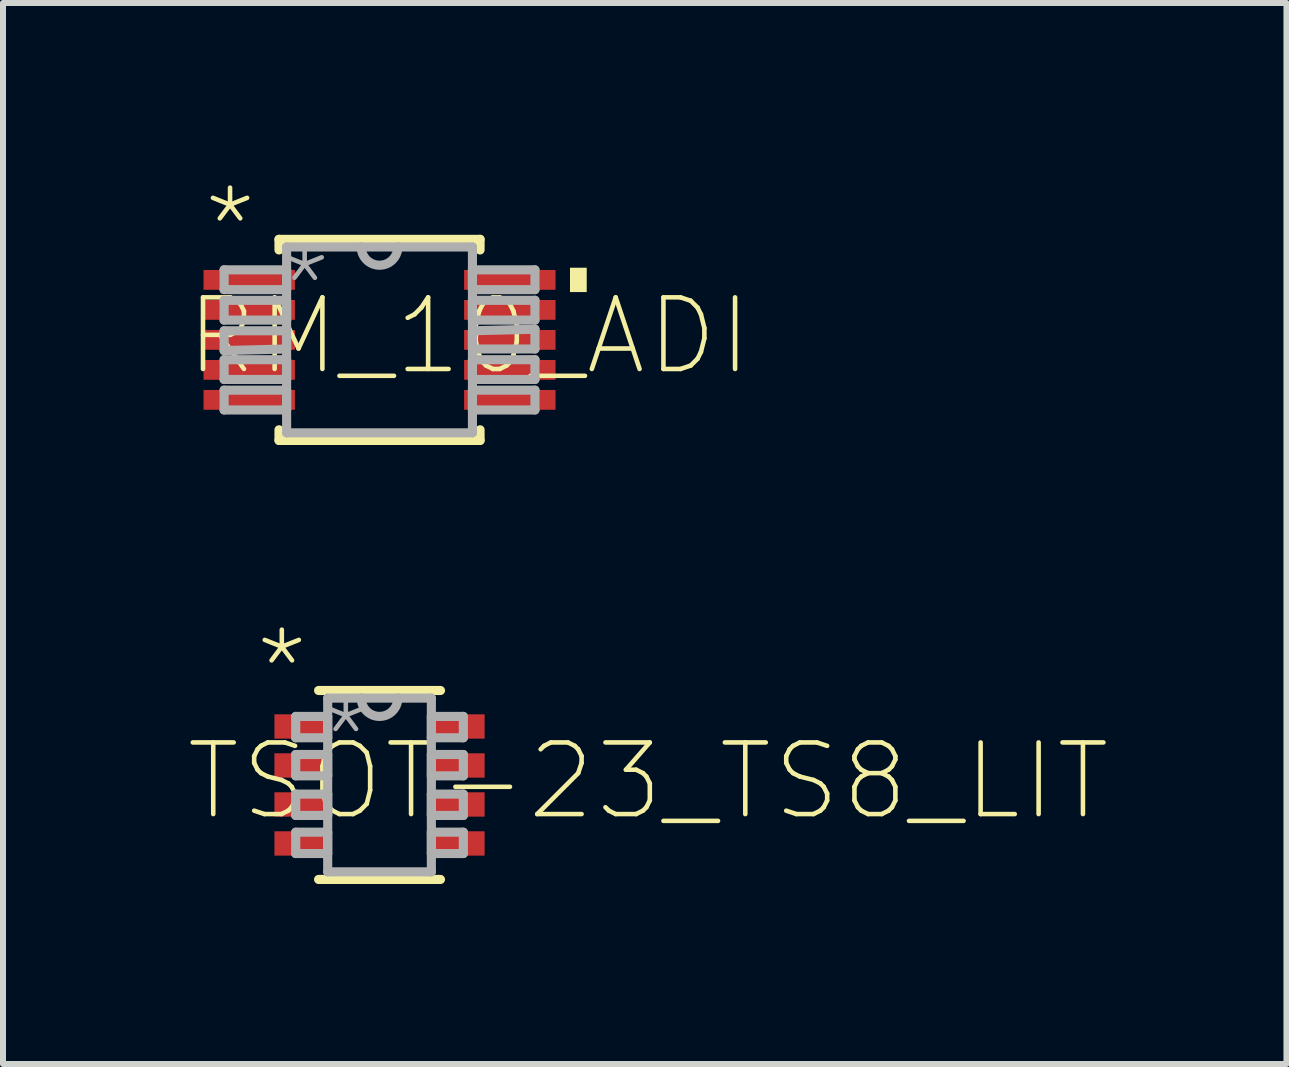
<source format=kicad_pcb>
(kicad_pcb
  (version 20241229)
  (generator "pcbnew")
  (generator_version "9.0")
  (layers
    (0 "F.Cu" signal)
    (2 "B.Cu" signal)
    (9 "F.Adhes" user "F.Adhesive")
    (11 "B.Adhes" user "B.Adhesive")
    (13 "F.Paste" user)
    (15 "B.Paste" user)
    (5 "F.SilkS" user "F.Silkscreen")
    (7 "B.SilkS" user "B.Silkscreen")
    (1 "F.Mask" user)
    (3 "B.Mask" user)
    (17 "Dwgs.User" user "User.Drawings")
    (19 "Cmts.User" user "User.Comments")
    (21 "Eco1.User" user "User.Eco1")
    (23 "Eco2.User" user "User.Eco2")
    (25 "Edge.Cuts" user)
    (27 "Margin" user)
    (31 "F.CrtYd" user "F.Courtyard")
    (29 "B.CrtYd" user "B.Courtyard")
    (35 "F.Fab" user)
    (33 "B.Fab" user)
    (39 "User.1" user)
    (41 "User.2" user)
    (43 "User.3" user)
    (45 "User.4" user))
  (footprint "RM_10_ADI"
    (layer "F.Cu")
    (at 3.277 2.616)
    (property "Reference" "RM_10_ADI" (at -3.277 0.635 0) (layer "F.SilkS") (effects (font (size 1.194 1.194) (thickness 0.076)) (justify left bottom)))
    (fp_line (start -1.676 -1.676) (end -1.676 -1.499) (stroke (width 0.152) (type solid)) (layer "F.SilkS"))
    (fp_line (start -1.676 1.499) (end -1.676 1.676) (stroke (width 0.152) (type solid)) (layer "F.SilkS"))
    (fp_line (start -1.676 1.676) (end 1.676 1.676) (stroke (width 0.152) (type solid)) (layer "F.SilkS"))
    (fp_line (start 1.676 -1.676) (end -1.676 -1.676) (stroke (width 0.152) (type solid)) (layer "F.SilkS"))
    (fp_line (start 1.676 -1.499) (end 1.676 -1.676) (stroke (width 0.152) (type solid)) (layer "F.SilkS"))
    (fp_line (start 1.676 1.676) (end 1.676 1.499) (stroke (width 0.152) (type solid)) (layer "F.SilkS"))
    (fp_poly (pts (xy 3.454 -0.797) (xy 3.175 -0.797) (xy 3.175 -1.203) (xy 3.454 -1.203)) (stroke (width 0) (type default)) (fill yes) (layer "F.SilkS"))
    (fp_line (start -2.591 -1.168) (end -2.591 -0.838) (stroke (width 0.152) (type solid)) (layer "F.Fab"))
    (fp_line (start -2.591 -0.838) (end -1.549 -0.838) (stroke (width 0.152) (type solid)) (layer "F.Fab"))
    (fp_line (start -2.591 -0.66) (end -2.591 -0.33) (stroke (width 0.152) (type solid)) (layer "F.Fab"))
    (fp_line (start -2.591 -0.33) (end -1.549 -0.33) (stroke (width 0.152) (type solid)) (layer "F.Fab"))
    (fp_line (start -2.591 -0.152) (end -2.591 0.178) (stroke (width 0.152) (type solid)) (layer "F.Fab"))
    (fp_line (start -2.591 0.178) (end -1.549 0.152) (stroke (width 0.152) (type solid)) (layer "F.Fab"))
    (fp_line (start -2.591 0.33) (end -2.591 0.66) (stroke (width 0.152) (type solid)) (layer "F.Fab"))
    (fp_line (start -2.591 0.66) (end -1.549 0.66) (stroke (width 0.152) (type solid)) (layer "F.Fab"))
    (fp_line (start -2.591 0.838) (end -2.591 1.168) (stroke (width 0.152) (type solid)) (layer "F.Fab"))
    (fp_line (start -2.591 1.168) (end -1.549 1.168) (stroke (width 0.152) (type solid)) (layer "F.Fab"))
    (fp_line (start -1.549 -1.549) (end -1.549 1.549) (stroke (width 0.152) (type solid)) (layer "F.Fab"))
    (fp_line (start -1.549 -1.168) (end -2.591 -1.168) (stroke (width 0.152) (type solid)) (layer "F.Fab"))
    (fp_line (start -1.549 -0.838) (end -1.549 -1.168) (stroke (width 0.152) (type solid)) (layer "F.Fab"))
    (fp_line (start -1.549 -0.66) (end -2.591 -0.66) (stroke (width 0.152) (type solid)) (layer "F.Fab"))
    (fp_line (start -1.549 -0.33) (end -1.549 -0.66) (stroke (width 0.152) (type solid)) (layer "F.Fab"))
    (fp_line (start -1.549 -0.152) (end -2.591 -0.152) (stroke (width 0.152) (type solid)) (layer "F.Fab"))
    (fp_line (start -1.549 0.152) (end -1.549 -0.152) (stroke (width 0.152) (type solid)) (layer "F.Fab"))
    (fp_line (start -1.549 0.33) (end -2.591 0.33) (stroke (width 0.152) (type solid)) (layer "F.Fab"))
    (fp_line (start -1.549 0.66) (end -1.549 0.33) (stroke (width 0.152) (type solid)) (layer "F.Fab"))
    (fp_line (start -1.549 0.838) (end -2.591 0.838) (stroke (width 0.152) (type solid)) (layer "F.Fab"))
    (fp_line (start -1.549 1.168) (end -1.549 0.838) (stroke (width 0.152) (type solid)) (layer "F.Fab"))
    (fp_line (start -1.549 1.549) (end 1.549 1.549) (stroke (width 0.152) (type solid)) (layer "F.Fab"))
    (fp_line (start -0.305 -1.549) (end -1.549 -1.549) (stroke (width 0.152) (type solid)) (layer "F.Fab"))
    (fp_line (start 0.305 -1.549) (end -0.305 -1.549) (stroke (width 0.152) (type solid)) (layer "F.Fab"))
    (fp_line (start 1.549 -1.549) (end 0.305 -1.549) (stroke (width 0.152) (type solid)) (layer "F.Fab"))
    (fp_line (start 1.549 -1.168) (end 1.549 -0.838) (stroke (width 0.152) (type solid)) (layer "F.Fab"))
    (fp_line (start 1.549 -0.838) (end 2.591 -0.838) (stroke (width 0.152) (type solid)) (layer "F.Fab"))
    (fp_line (start 1.549 -0.66) (end 1.549 -0.33) (stroke (width 0.152) (type solid)) (layer "F.Fab"))
    (fp_line (start 1.549 -0.33) (end 2.591 -0.33) (stroke (width 0.152) (type solid)) (layer "F.Fab"))
    (fp_line (start 1.549 -0.152) (end 1.549 0.152) (stroke (width 0.152) (type solid)) (layer "F.Fab"))
    (fp_line (start 1.549 0.152) (end 2.591 0.152) (stroke (width 0.152) (type solid)) (layer "F.Fab"))
    (fp_line (start 1.549 0.33) (end 1.549 0.66) (stroke (width 0.152) (type solid)) (layer "F.Fab"))
    (fp_line (start 1.549 0.66) (end 2.591 0.66) (stroke (width 0.152) (type solid)) (layer "F.Fab"))
    (fp_line (start 1.549 0.838) (end 1.549 1.168) (stroke (width 0.152) (type solid)) (layer "F.Fab"))
    (fp_line (start 1.549 1.168) (end 2.591 1.168) (stroke (width 0.152) (type solid)) (layer "F.Fab"))
    (fp_line (start 1.549 1.549) (end 1.549 -1.549) (stroke (width 0.152) (type solid)) (layer "F.Fab"))
    (fp_line (start 2.591 -1.168) (end 1.549 -1.168) (stroke (width 0.152) (type solid)) (layer "F.Fab"))
    (fp_line (start 2.591 -0.838) (end 2.591 -1.168) (stroke (width 0.152) (type solid)) (layer "F.Fab"))
    (fp_line (start 2.591 -0.66) (end 1.549 -0.66) (stroke (width 0.152) (type solid)) (layer "F.Fab"))
    (fp_line (start 2.591 -0.33) (end 2.591 -0.66) (stroke (width 0.152) (type solid)) (layer "F.Fab"))
    (fp_line (start 2.591 -0.178) (end 1.549 -0.152) (stroke (width 0.152) (type solid)) (layer "F.Fab"))
    (fp_line (start 2.591 0.152) (end 2.591 -0.178) (stroke (width 0.152) (type solid)) (layer "F.Fab"))
    (fp_line (start 2.591 0.33) (end 1.549 0.33) (stroke (width 0.152) (type solid)) (layer "F.Fab"))
    (fp_line (start 2.591 0.66) (end 2.591 0.33) (stroke (width 0.152) (type solid)) (layer "F.Fab"))
    (fp_line (start 2.591 0.838) (end 1.549 0.838) (stroke (width 0.152) (type solid)) (layer "F.Fab"))
    (fp_line (start 2.591 1.168) (end 2.591 0.838) (stroke (width 0.152) (type solid)) (layer "F.Fab"))
    (fp_arc (start 0.3048 -1.5494) (mid 0 -1.2446) (end -0.3048 -1.5494) (stroke (width 0.1524) (type solid)) (layer "F.Fab"))
    (fp_text user "*" (at -2.997 -1.194 0) (layer "F.SilkS") (effects (font (size 1.194 1.194) (thickness 0.076)) (justify left bottom)))
    (fp_text user "*" (at -1.753 -0.203 0) (layer "F.Fab") (effects (font (size 1.194 1.194) (thickness 0.076)) (justify left bottom)))
    (pad "1" smd rect (at -2.172 -1) (size 1.524 0.33) (layers "F.Cu" "F.Mask" "F.Paste"))
    (pad "2" smd rect (at -2.172 -0.5) (size 1.524 0.33) (layers "F.Cu" "F.Mask" "F.Paste"))
    (pad "3" smd rect (at -2.172 0) (size 1.524 0.33) (layers "F.Cu" "F.Mask" "F.Paste"))
    (pad "4" smd rect (at -2.172 0.5) (size 1.524 0.33) (layers "F.Cu" "F.Mask" "F.Paste"))
    (pad "5" smd rect (at -2.172 1) (size 1.524 0.33) (layers "F.Cu" "F.Mask" "F.Paste"))
    (pad "6" smd rect (at 2.172 1) (size 1.524 0.33) (layers "F.Cu" "F.Mask" "F.Paste"))
    (pad "7" smd rect (at 2.172 0.5) (size 1.524 0.33) (layers "F.Cu" "F.Mask" "F.Paste"))
    (pad "8" smd rect (at 2.172 0) (size 1.524 0.33) (layers "F.Cu" "F.Mask" "F.Paste"))
    (pad "9" smd rect (at 2.172 -0.5) (size 1.524 0.33) (layers "F.Cu" "F.Mask" "F.Paste"))
    (pad "10" smd rect (at 2.172 -1) (size 1.524 0.33) (layers "F.Cu" "F.Mask" "F.Paste")))
  (footprint "TSOT-23_TS8_LIT"
    (layer "F.Cu")
    (at 3.277 10.036)
    (property "Reference" "TSOT-23_TS8_LIT" (at -3.277 0.635 0) (layer "F.SilkS") (effects (font (size 1.194 1.194) (thickness 0.076)) (justify left bottom)))
    (fp_line (start -1.016 1.575) (end 1.016 1.575) (stroke (width 0.152) (type solid)) (layer "F.SilkS"))
    (fp_line (start 1.016 -1.575) (end -1.016 -1.575) (stroke (width 0.152) (type solid)) (layer "F.SilkS"))
    (fp_line (start -1.397 -1.143) (end -1.397 -0.787) (stroke (width 0.152) (type solid)) (layer "F.Fab"))
    (fp_line (start -1.397 -0.787) (end -0.864 -0.787) (stroke (width 0.152) (type solid)) (layer "F.Fab"))
    (fp_line (start -1.397 -0.508) (end -1.397 -0.152) (stroke (width 0.152) (type solid)) (layer "F.Fab"))
    (fp_line (start -1.397 -0.152) (end -0.864 -0.152) (stroke (width 0.152) (type solid)) (layer "F.Fab"))
    (fp_line (start -1.397 0.152) (end -1.397 0.508) (stroke (width 0.152) (type solid)) (layer "F.Fab"))
    (fp_line (start -1.397 0.508) (end -0.864 0.508) (stroke (width 0.152) (type solid)) (layer "F.Fab"))
    (fp_line (start -1.397 0.787) (end -1.397 1.143) (stroke (width 0.152) (type solid)) (layer "F.Fab"))
    (fp_line (start -1.397 1.143) (end -0.864 1.143) (stroke (width 0.152) (type solid)) (layer "F.Fab"))
    (fp_line (start -0.864 -1.448) (end -0.864 1.448) (stroke (width 0.152) (type solid)) (layer "F.Fab"))
    (fp_line (start -0.864 -1.143) (end -1.397 -1.143) (stroke (width 0.152) (type solid)) (layer "F.Fab"))
    (fp_line (start -0.864 -0.787) (end -0.864 -1.143) (stroke (width 0.152) (type solid)) (layer "F.Fab"))
    (fp_line (start -0.864 -0.508) (end -1.397 -0.508) (stroke (width 0.152) (type solid)) (layer "F.Fab"))
    (fp_line (start -0.864 -0.152) (end -0.864 -0.508) (stroke (width 0.152) (type solid)) (layer "F.Fab"))
    (fp_line (start -0.864 0.152) (end -1.397 0.152) (stroke (width 0.152) (type solid)) (layer "F.Fab"))
    (fp_line (start -0.864 0.508) (end -0.864 0.152) (stroke (width 0.152) (type solid)) (layer "F.Fab"))
    (fp_line (start -0.864 0.787) (end -1.397 0.787) (stroke (width 0.152) (type solid)) (layer "F.Fab"))
    (fp_line (start -0.864 1.143) (end -0.864 0.787) (stroke (width 0.152) (type solid)) (layer "F.Fab"))
    (fp_line (start -0.864 1.448) (end 0.864 1.448) (stroke (width 0.152) (type solid)) (layer "F.Fab"))
    (fp_line (start -0.305 -1.448) (end -0.864 -1.448) (stroke (width 0.152) (type solid)) (layer "F.Fab"))
    (fp_line (start 0.305 -1.448) (end -0.305 -1.448) (stroke (width 0.152) (type solid)) (layer "F.Fab"))
    (fp_line (start 0.864 -1.448) (end 0.305 -1.448) (stroke (width 0.152) (type solid)) (layer "F.Fab"))
    (fp_line (start 0.864 -1.143) (end 0.864 -0.787) (stroke (width 0.152) (type solid)) (layer "F.Fab"))
    (fp_line (start 0.864 -0.787) (end 1.397 -0.787) (stroke (width 0.152) (type solid)) (layer "F.Fab"))
    (fp_line (start 0.864 -0.508) (end 0.864 -0.152) (stroke (width 0.152) (type solid)) (layer "F.Fab"))
    (fp_line (start 0.864 -0.152) (end 1.397 -0.152) (stroke (width 0.152) (type solid)) (layer "F.Fab"))
    (fp_line (start 0.864 0.152) (end 0.864 0.508) (stroke (width 0.152) (type solid)) (layer "F.Fab"))
    (fp_line (start 0.864 0.508) (end 1.397 0.508) (stroke (width 0.152) (type solid)) (layer "F.Fab"))
    (fp_line (start 0.864 0.787) (end 0.864 1.143) (stroke (width 0.152) (type solid)) (layer "F.Fab"))
    (fp_line (start 0.864 1.143) (end 1.397 1.143) (stroke (width 0.152) (type solid)) (layer "F.Fab"))
    (fp_line (start 0.864 1.448) (end 0.864 -1.448) (stroke (width 0.152) (type solid)) (layer "F.Fab"))
    (fp_line (start 1.397 -1.143) (end 0.864 -1.143) (stroke (width 0.152) (type solid)) (layer "F.Fab"))
    (fp_line (start 1.397 -0.787) (end 1.397 -1.143) (stroke (width 0.152) (type solid)) (layer "F.Fab"))
    (fp_line (start 1.397 -0.508) (end 0.864 -0.508) (stroke (width 0.152) (type solid)) (layer "F.Fab"))
    (fp_line (start 1.397 -0.152) (end 1.397 -0.508) (stroke (width 0.152) (type solid)) (layer "F.Fab"))
    (fp_line (start 1.397 0.152) (end 0.864 0.152) (stroke (width 0.152) (type solid)) (layer "F.Fab"))
    (fp_line (start 1.397 0.508) (end 1.397 0.152) (stroke (width 0.152) (type solid)) (layer "F.Fab"))
    (fp_line (start 1.397 0.787) (end 0.864 0.787) (stroke (width 0.152) (type solid)) (layer "F.Fab"))
    (fp_line (start 1.397 1.143) (end 1.397 0.787) (stroke (width 0.152) (type solid)) (layer "F.Fab"))
    (fp_arc (start 0.3048 -1.4478) (mid 0 -1.143) (end -0.3048 -1.4478) (stroke (width 0.1524) (type solid)) (layer "F.Fab"))
    (fp_text user "*" (at -2.134 -1.245 0) (layer "F.SilkS") (effects (font (size 1.194 1.194) (thickness 0.076)) (justify left bottom)))
    (fp_text user "*" (at -1.067 -0.102 0) (layer "F.Fab") (effects (font (size 1.194 1.194) (thickness 0.076)) (justify left bottom)))
    (pad "1" smd rect (at -1.314 -0.975) (size 0.876 0.406) (layers "F.Cu" "F.Mask" "F.Paste"))
    (pad "2" smd rect (at -1.314 -0.325) (size 0.876 0.406) (layers "F.Cu" "F.Mask" "F.Paste"))
    (pad "3" smd rect (at -1.314 0.325) (size 0.876 0.406) (layers "F.Cu" "F.Mask" "F.Paste"))
    (pad "4" smd rect (at -1.314 0.975) (size 0.876 0.406) (layers "F.Cu" "F.Mask" "F.Paste"))
    (pad "5" smd rect (at 1.314 0.975) (size 0.876 0.406) (layers "F.Cu" "F.Mask" "F.Paste"))
    (pad "6" smd rect (at 1.314 0.325) (size 0.876 0.406) (layers "F.Cu" "F.Mask" "F.Paste"))
    (pad "7" smd rect (at 1.314 -0.325) (size 0.876 0.406) (layers "F.Cu" "F.Mask" "F.Paste"))
    (pad "8" smd rect (at 1.314 -0.975) (size 0.876 0.406) (layers "F.Cu" "F.Mask" "F.Paste")))
  (gr_rect
    (start -3 -3)
    (end 18.396 14.687)
    (stroke (width 0.1) (type default))
    (fill no)
    (layer "Edge.Cuts")))
</source>
